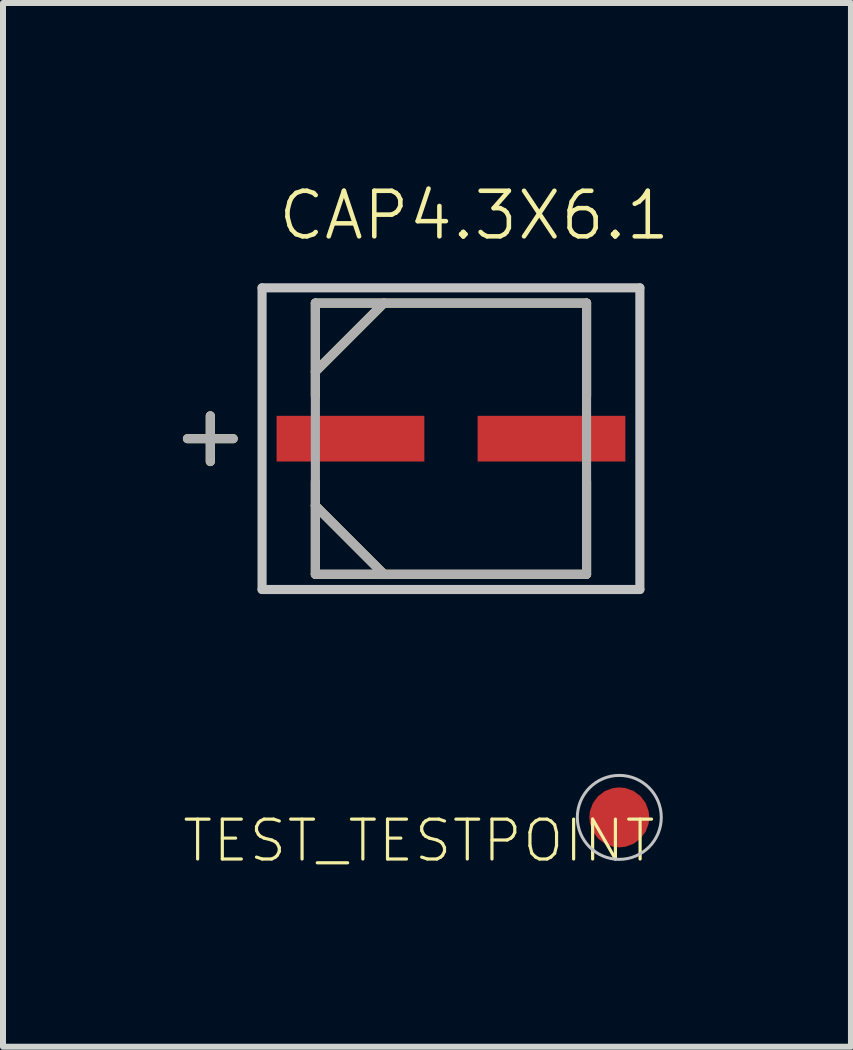
<source format=kicad_pcb>
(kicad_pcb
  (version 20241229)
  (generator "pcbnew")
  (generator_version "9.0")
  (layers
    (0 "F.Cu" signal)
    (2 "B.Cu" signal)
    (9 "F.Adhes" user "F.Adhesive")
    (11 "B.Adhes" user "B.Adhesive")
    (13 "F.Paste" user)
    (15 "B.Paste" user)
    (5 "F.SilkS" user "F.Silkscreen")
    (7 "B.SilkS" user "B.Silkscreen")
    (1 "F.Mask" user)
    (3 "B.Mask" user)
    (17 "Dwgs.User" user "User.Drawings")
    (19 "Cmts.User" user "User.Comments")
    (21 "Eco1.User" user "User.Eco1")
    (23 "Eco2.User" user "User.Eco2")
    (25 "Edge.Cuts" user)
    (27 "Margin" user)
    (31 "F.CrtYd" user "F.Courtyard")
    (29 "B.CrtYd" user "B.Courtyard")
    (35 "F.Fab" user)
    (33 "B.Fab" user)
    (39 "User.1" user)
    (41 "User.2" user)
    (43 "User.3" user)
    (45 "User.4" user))
  (footprint "CAP4.3X6.1"
    (layer "F.Cu")
    (at 4.47 4.265)
    (property "Reference" "CAP4.3X6.1" (at -2.921 -3.277 0) (layer "F.SilkS") (effects (font (size 0.76 0.76) (thickness 0.076)) (justify left bottom)))
    (attr through_hole)
    (fp_line (start -4.013 -0.381) (end -4.013 0.381) (stroke (width 0.152) (type solid)) (layer "F.SilkS"))
    (fp_line (start -3.632 0) (end -4.394 0) (stroke (width 0.152) (type solid)) (layer "F.SilkS"))
    (fp_line (start -2.261 -2.261) (end -2.261 -0.711) (stroke (width 0.152) (type solid)) (layer "F.SilkS"))
    (fp_line (start -2.261 -1.118) (end -1.118 -2.261) (stroke (width 0.152) (type solid)) (layer "F.SilkS"))
    (fp_line (start -2.261 0.711) (end -2.261 1.118) (stroke (width 0.152) (type solid)) (layer "F.SilkS"))
    (fp_line (start -2.261 1.118) (end -2.261 2.261) (stroke (width 0.152) (type solid)) (layer "F.SilkS"))
    (fp_line (start -2.261 1.118) (end -1.118 2.261) (stroke (width 0.152) (type solid)) (layer "F.SilkS"))
    (fp_line (start -2.261 2.261) (end 2.261 2.261) (stroke (width 0.152) (type solid)) (layer "F.SilkS"))
    (fp_line (start 2.261 -2.261) (end -2.261 -2.261) (stroke (width 0.152) (type solid)) (layer "F.SilkS"))
    (fp_line (start 2.261 -0.711) (end 2.261 -2.261) (stroke (width 0.152) (type solid)) (layer "F.SilkS"))
    (fp_line (start 2.261 2.261) (end 2.261 0.711) (stroke (width 0.152) (type solid)) (layer "F.SilkS"))
    (fp_line (start -3.15 -2.515) (end 3.15 -2.515) (stroke (width 0.152) (type solid)) (layer "Dwgs.User"))
    (fp_line (start -3.15 2.515) (end -3.15 -2.515) (stroke (width 0.152) (type solid)) (layer "Dwgs.User"))
    (fp_line (start 3.15 -2.515) (end 3.15 2.515) (stroke (width 0.152) (type solid)) (layer "Dwgs.User"))
    (fp_line (start 3.15 2.515) (end -3.15 2.515) (stroke (width 0.152) (type solid)) (layer "Dwgs.User"))
    (fp_line (start -4.013 -0.381) (end -4.013 0.381) (stroke (width 0.152) (type solid)) (layer "F.Fab"))
    (fp_line (start -3.632 0) (end -4.394 0) (stroke (width 0.152) (type solid)) (layer "F.Fab"))
    (fp_line (start -2.261 -2.261) (end -2.261 2.261) (stroke (width 0.152) (type solid)) (layer "F.Fab"))
    (fp_line (start -2.261 -1.118) (end -1.118 -2.261) (stroke (width 0.152) (type solid)) (layer "F.Fab"))
    (fp_line (start -2.261 1.118) (end -1.118 2.261) (stroke (width 0.152) (type solid)) (layer "F.Fab"))
    (fp_line (start -2.261 2.261) (end 2.261 2.261) (stroke (width 0.152) (type solid)) (layer "F.Fab"))
    (fp_line (start 2.261 -2.261) (end -2.261 -2.261) (stroke (width 0.152) (type solid)) (layer "F.Fab"))
    (fp_line (start 2.261 2.261) (end 2.261 -2.261) (stroke (width 0.152) (type solid)) (layer "F.Fab"))
    (pad "1" smd rect (at -1.676 0) (size 2.464 0.762) (layers "F.Cu" "F.Mask" "F.Paste"))
    (pad "2" smd rect (at 1.676 0) (size 2.464 0.762) (layers "F.Cu" "F.Mask" "F.Paste")))
  (footprint "TEST_TESTPOINT"
    (layer "F.Cu")
    (at 7.277 10.58)
    (property "Reference" "TEST_TESTPOINT" (at 0.635 0 180) (layer "F.SilkS") (effects (font (size 0.665 0.665) (thickness 0.053)) (justify right top)))
    (attr through_hole)
    (fp_circle (center 0 0) (end 0.7 0) (stroke (width 0.05) (type solid)) (fill no) (layer "Dwgs.User"))
    (pad "1" smd roundrect (at 0 0) (size 1 1) (layers "F.Cu" "F.Mask") (roundrect_rratio 0.5)))
  (gr_rect
    (start -3 -3)
    (end 11.14 14.405)
    (stroke (width 0.1) (type default))
    (fill no)
    (layer "Edge.Cuts")))
</source>
